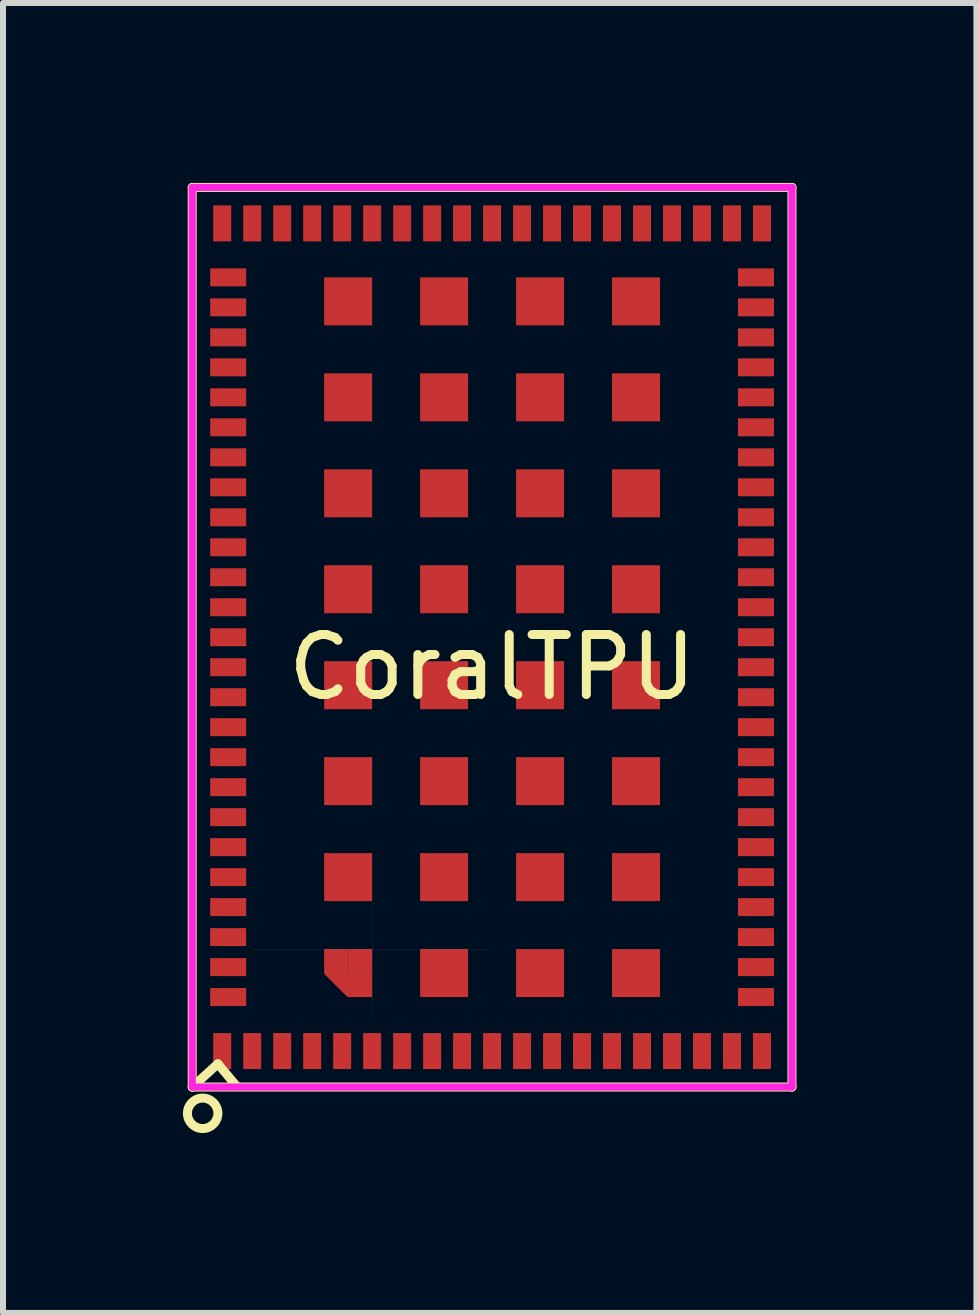
<source format=kicad_pcb>
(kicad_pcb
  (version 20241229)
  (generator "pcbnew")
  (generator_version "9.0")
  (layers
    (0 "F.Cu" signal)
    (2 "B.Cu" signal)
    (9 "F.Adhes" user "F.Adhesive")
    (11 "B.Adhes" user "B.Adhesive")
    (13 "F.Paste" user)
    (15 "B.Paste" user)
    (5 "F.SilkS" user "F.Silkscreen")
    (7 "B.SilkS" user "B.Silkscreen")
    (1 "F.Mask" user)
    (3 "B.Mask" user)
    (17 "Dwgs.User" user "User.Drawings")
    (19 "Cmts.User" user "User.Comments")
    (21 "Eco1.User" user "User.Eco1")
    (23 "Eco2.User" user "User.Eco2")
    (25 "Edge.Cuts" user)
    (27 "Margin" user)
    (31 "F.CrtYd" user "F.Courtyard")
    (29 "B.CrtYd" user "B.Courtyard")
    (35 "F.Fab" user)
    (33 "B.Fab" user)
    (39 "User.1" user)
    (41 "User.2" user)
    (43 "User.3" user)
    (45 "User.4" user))
  (footprint "CoralTPU"
    (layer "F.Cu")
    (at 5.155 7.575)
    (property "Reference" "CoralTPU" (at 0 0.5 0) (layer "F.SilkS") (effects (font (size 1 1) (thickness 0.15))))
    (attr through_hole)
    (fp_line (start -5 -7.5) (end -5 7.5) (stroke (width 0.15) (type solid)) (layer "F.SilkS"))
    (fp_line (start -5 7.5) (end -4.572 7.112) (stroke (width 0.15) (type solid)) (layer "F.SilkS"))
    (fp_line (start -5 7.5) (end 5 7.5) (stroke (width 0.15) (type solid)) (layer "F.SilkS"))
    (fp_line (start -4.572 7.112) (end -4.255 7.493) (stroke (width 0.15) (type solid)) (layer "F.SilkS"))
    (fp_line (start 5 -7.5) (end -5 -7.5) (stroke (width 0.15) (type solid)) (layer "F.SilkS"))
    (fp_line (start 5 7.5) (end 5 -7.5) (stroke (width 0.15) (type solid)) (layer "F.SilkS"))
    (fp_circle (center -4.826 7.938) (end -5.08 7.938) (stroke (width 0.15) (type solid)) (fill no) (layer "F.SilkS"))
    (fp_line (start -4 5.2) (end 0 5.2) (stroke (width 0.001) (type solid)) (layer "Dwgs.User"))
    (fp_line (start -2 4.381) (end -2 6.35) (stroke (width 0.001) (type solid)) (layer "Dwgs.User"))
    (fp_line (start -5 -7.5) (end -5 7.5) (stroke (width 0.12) (type solid)) (layer "F.CrtYd"))
    (fp_line (start -5 7.5) (end 5 7.5) (stroke (width 0.12) (type solid)) (layer "F.CrtYd"))
    (fp_line (start 5 -7.5) (end -5 -7.5) (stroke (width 0.12) (type solid)) (layer "F.CrtYd"))
    (fp_line (start 5 7.5) (end 5 -7.5) (stroke (width 0.12) (type solid)) (layer "F.CrtYd"))
    (pad "1" smd rect (at -4.5 6.9) (size 0.3 0.6) (layers "F.Cu" "F.Mask" "F.Paste"))
    (pad "2" smd rect (at -4 6.9) (size 0.3 0.6) (layers "F.Cu" "F.Mask" "F.Paste"))
    (pad "3" smd rect (at -3.5 6.9) (size 0.3 0.6) (layers "F.Cu" "F.Mask" "F.Paste"))
    (pad "4" smd rect (at -3 6.9) (size 0.3 0.6) (layers "F.Cu" "F.Mask" "F.Paste"))
    (pad "5" smd rect (at -2.5 6.9) (size 0.3 0.6) (layers "F.Cu" "F.Mask" "F.Paste"))
    (pad "6" smd rect (at -2 6.9) (size 0.3 0.6) (layers "F.Cu" "F.Mask" "F.Paste"))
    (pad "7" smd rect (at -1.5 6.9) (size 0.3 0.6) (layers "F.Cu" "F.Mask" "F.Paste"))
    (pad "8" smd rect (at -1 6.9) (size 0.3 0.6) (layers "F.Cu" "F.Mask" "F.Paste"))
    (pad "9" smd rect (at -0.5 6.9) (size 0.3 0.6) (layers "F.Cu" "F.Mask" "F.Paste"))
    (pad "10" smd rect (at 0 6.9) (size 0.3 0.6) (layers "F.Cu" "F.Mask" "F.Paste"))
    (pad "11" smd rect (at 0.5 6.9) (size 0.3 0.6) (layers "F.Cu" "F.Mask" "F.Paste"))
    (pad "12" smd rect (at 1 6.9) (size 0.3 0.6) (layers "F.Cu" "F.Mask" "F.Paste"))
    (pad "13" smd rect (at 1.5 6.9) (size 0.3 0.6) (layers "F.Cu" "F.Mask" "F.Paste"))
    (pad "14" smd rect (at 2 6.9) (size 0.3 0.6) (layers "F.Cu" "F.Mask" "F.Paste"))
    (pad "15" smd rect (at 2.5 6.9) (size 0.3 0.6) (layers "F.Cu" "F.Mask" "F.Paste"))
    (pad "16" smd rect (at 3 6.9) (size 0.3 0.6) (layers "F.Cu" "F.Mask" "F.Paste"))
    (pad "17" smd rect (at 3.5 6.9) (size 0.3 0.6) (layers "F.Cu" "F.Mask" "F.Paste"))
    (pad "18" smd rect (at 4 6.9) (size 0.3 0.6) (layers "F.Cu" "F.Mask" "F.Paste"))
    (pad "19" smd rect (at 4.5 6.9) (size 0.3 0.6) (layers "F.Cu" "F.Mask" "F.Paste"))
    (pad "20" smd rect (at 4.4 6) (size 0.6 0.3) (layers "F.Cu" "F.Mask" "F.Paste"))
    (pad "21" smd rect (at 4.4 5.5) (size 0.6 0.3) (layers "F.Cu" "F.Mask" "F.Paste"))
    (pad "22" smd rect (at 4.4 5) (size 0.6 0.3) (layers "F.Cu" "F.Mask" "F.Paste"))
    (pad "23" smd rect (at 4.4 4.5) (size 0.6 0.3) (layers "F.Cu" "F.Mask" "F.Paste"))
    (pad "24" smd rect (at 4.4 4) (size 0.6 0.3) (layers "F.Cu" "F.Mask" "F.Paste"))
    (pad "25" smd rect (at 4.4 3.5) (size 0.6 0.3) (layers "F.Cu" "F.Mask" "F.Paste"))
    (pad "26" smd rect (at 4.4 3) (size 0.6 0.3) (layers "F.Cu" "F.Mask" "F.Paste"))
    (pad "27" smd rect (at 4.4 2.5) (size 0.6 0.3) (layers "F.Cu" "F.Mask" "F.Paste"))
    (pad "28" smd rect (at 4.4 2) (size 0.6 0.3) (layers "F.Cu" "F.Mask" "F.Paste"))
    (pad "29" smd rect (at 4.4 1.5) (size 0.6 0.3) (layers "F.Cu" "F.Mask" "F.Paste"))
    (pad "30" smd rect (at 4.4 1) (size 0.6 0.3) (layers "F.Cu" "F.Mask" "F.Paste"))
    (pad "31" smd rect (at 4.4 0.5) (size 0.6 0.3) (layers "F.Cu" "F.Mask" "F.Paste"))
    (pad "32" smd rect (at 4.4 0) (size 0.6 0.3) (layers "F.Cu" "F.Mask" "F.Paste"))
    (pad "33" smd rect (at 4.4 -0.5) (size 0.6 0.3) (layers "F.Cu" "F.Mask" "F.Paste"))
    (pad "34" smd rect (at 4.4 -1) (size 0.6 0.3) (layers "F.Cu" "F.Mask" "F.Paste"))
    (pad "35" smd rect (at 4.4 -1.5) (size 0.6 0.3) (layers "F.Cu" "F.Mask" "F.Paste"))
    (pad "36" smd rect (at 4.4 -2) (size 0.6 0.3) (layers "F.Cu" "F.Mask" "F.Paste"))
    (pad "37" smd rect (at 4.4 -2.5) (size 0.6 0.3) (layers "F.Cu" "F.Mask" "F.Paste"))
    (pad "38" smd rect (at 4.4 -3) (size 0.6 0.3) (layers "F.Cu" "F.Mask" "F.Paste"))
    (pad "39" smd rect (at 4.4 -3.5) (size 0.6 0.3) (layers "F.Cu" "F.Mask" "F.Paste"))
    (pad "40" smd rect (at 4.4 -4) (size 0.6 0.3) (layers "F.Cu" "F.Mask" "F.Paste"))
    (pad "41" smd rect (at 4.4 -4.5) (size 0.6 0.3) (layers "F.Cu" "F.Mask" "F.Paste"))
    (pad "42" smd rect (at 4.4 -5) (size 0.6 0.3) (layers "F.Cu" "F.Mask" "F.Paste"))
    (pad "43" smd rect (at 4.4 -5.5) (size 0.6 0.3) (layers "F.Cu" "F.Mask" "F.Paste"))
    (pad "44" smd rect (at 4.4 -6) (size 0.6 0.3) (layers "F.Cu" "F.Mask" "F.Paste"))
    (pad "45" smd rect (at 4.5 -6.9) (size 0.3 0.6) (layers "F.Cu" "F.Mask" "F.Paste"))
    (pad "46" smd rect (at 4 -6.9) (size 0.3 0.6) (layers "F.Cu" "F.Mask" "F.Paste"))
    (pad "47" smd rect (at 3.5 -6.9) (size 0.3 0.6) (layers "F.Cu" "F.Mask" "F.Paste"))
    (pad "48" smd rect (at 3 -6.9) (size 0.3 0.6) (layers "F.Cu" "F.Mask" "F.Paste"))
    (pad "49" smd rect (at 2.5 -6.9) (size 0.3 0.6) (layers "F.Cu" "F.Mask" "F.Paste"))
    (pad "50" smd rect (at 2 -6.9) (size 0.3 0.6) (layers "F.Cu" "F.Mask" "F.Paste"))
    (pad "51" smd rect (at 1.5 -6.9) (size 0.3 0.6) (layers "F.Cu" "F.Mask" "F.Paste"))
    (pad "52" smd rect (at 1 -6.9) (size 0.3 0.6) (layers "F.Cu" "F.Mask" "F.Paste"))
    (pad "53" smd rect (at 0.5 -6.9) (size 0.3 0.6) (layers "F.Cu" "F.Mask" "F.Paste"))
    (pad "54" smd rect (at 0 -6.9) (size 0.3 0.6) (layers "F.Cu" "F.Mask" "F.Paste"))
    (pad "55" smd rect (at -0.5 -6.9) (size 0.3 0.6) (layers "F.Cu" "F.Mask" "F.Paste"))
    (pad "56" smd rect (at -1 -6.9) (size 0.3 0.6) (layers "F.Cu" "F.Mask" "F.Paste"))
    (pad "57" smd rect (at -1.5 -6.9) (size 0.3 0.6) (layers "F.Cu" "F.Mask" "F.Paste"))
    (pad "58" smd rect (at -2 -6.9) (size 0.3 0.6) (layers "F.Cu" "F.Mask" "F.Paste"))
    (pad "59" smd rect (at -2.5 -6.9) (size 0.3 0.6) (layers "F.Cu" "F.Mask" "F.Paste"))
    (pad "60" smd rect (at -3 -6.9) (size 0.3 0.6) (layers "F.Cu" "F.Mask" "F.Paste"))
    (pad "61" smd rect (at -3.5 -6.9) (size 0.3 0.6) (layers "F.Cu" "F.Mask" "F.Paste"))
    (pad "62" smd rect (at -4 -6.9) (size 0.3 0.6) (layers "F.Cu" "F.Mask" "F.Paste"))
    (pad "63" smd rect (at -4.5 -6.9) (size 0.3 0.6) (layers "F.Cu" "F.Mask" "F.Paste"))
    (pad "64" smd rect (at -4.4 -6) (size 0.6 0.3) (layers "F.Cu" "F.Mask" "F.Paste"))
    (pad "65" smd rect (at -4.4 -5.5) (size 0.6 0.3) (layers "F.Cu" "F.Mask" "F.Paste"))
    (pad "66" smd rect (at -4.4 -5) (size 0.6 0.3) (layers "F.Cu" "F.Mask" "F.Paste"))
    (pad "67" smd rect (at -4.4 -4.5) (size 0.6 0.3) (layers "F.Cu" "F.Mask" "F.Paste"))
    (pad "68" smd rect (at -4.4 -4) (size 0.6 0.3) (layers "F.Cu" "F.Mask" "F.Paste"))
    (pad "69" smd rect (at -4.4 -3.5) (size 0.6 0.3) (layers "F.Cu" "F.Mask" "F.Paste"))
    (pad "70" smd rect (at -4.4 -3) (size 0.6 0.3) (layers "F.Cu" "F.Mask" "F.Paste"))
    (pad "71" smd rect (at -4.4 -2.5) (size 0.6 0.3) (layers "F.Cu" "F.Mask" "F.Paste"))
    (pad "72" smd rect (at -4.4 -2) (size 0.6 0.3) (layers "F.Cu" "F.Mask" "F.Paste"))
    (pad "73" smd rect (at -4.4 -1.5) (size 0.6 0.3) (layers "F.Cu" "F.Mask" "F.Paste"))
    (pad "74" smd rect (at -4.4 -1) (size 0.6 0.3) (layers "F.Cu" "F.Mask" "F.Paste"))
    (pad "75" smd rect (at -4.4 -0.5) (size 0.6 0.3) (layers "F.Cu" "F.Mask" "F.Paste"))
    (pad "76" smd rect (at -4.4 0) (size 0.6 0.3) (layers "F.Cu" "F.Mask" "F.Paste"))
    (pad "77" smd rect (at -4.4 0.5) (size 0.6 0.3) (layers "F.Cu" "F.Mask" "F.Paste"))
    (pad "78" smd rect (at -4.4 1) (size 0.6 0.3) (layers "F.Cu" "F.Mask" "F.Paste"))
    (pad "79" smd rect (at -4.4 1.5) (size 0.6 0.3) (layers "F.Cu" "F.Mask" "F.Paste"))
    (pad "80" smd rect (at -4.4 2) (size 0.6 0.3) (layers "F.Cu" "F.Mask" "F.Paste"))
    (pad "81" smd rect (at -4.4 2.5) (size 0.6 0.3) (layers "F.Cu" "F.Mask" "F.Paste"))
    (pad "82" smd rect (at -4.4 3) (size 0.6 0.3) (layers "F.Cu" "F.Mask" "F.Paste"))
    (pad "83" smd rect (at -4.4 3.5) (size 0.6 0.3) (layers "F.Cu" "F.Mask" "F.Paste"))
    (pad "84" smd rect (at -4.4 4) (size 0.6 0.3) (layers "F.Cu" "F.Mask" "F.Paste"))
    (pad "85" smd rect (at -4.4 4.5) (size 0.6 0.3) (layers "F.Cu" "F.Mask" "F.Paste"))
    (pad "86" smd rect (at -4.4 5) (size 0.6 0.3) (layers "F.Cu" "F.Mask" "F.Paste"))
    (pad "87" smd rect (at -4.4 5.5) (size 0.6 0.3) (layers "F.Cu" "F.Mask" "F.Paste"))
    (pad "88" smd rect (at -4.4 6) (size 0.6 0.3) (layers "F.Cu" "F.Mask" "F.Paste"))
    (pad "89" smd rect (at -2.4 -5.6) (size 0.8 0.8) (layers "F.Cu" "F.Mask" "F.Paste"))
    (pad "90" smd rect (at -0.8 -5.6) (size 0.8 0.8) (layers "F.Cu" "F.Mask" "F.Paste"))
    (pad "91" smd rect (at 0.8 -5.6) (size 0.8 0.8) (layers "F.Cu" "F.Mask" "F.Paste"))
    (pad "92" smd rect (at 2.4 -5.6) (size 0.8 0.8) (layers "F.Cu" "F.Mask" "F.Paste"))
    (pad "93" smd rect (at -2.4 -4) (size 0.8 0.8) (layers "F.Cu" "F.Mask" "F.Paste"))
    (pad "94" smd rect (at -0.8 -4) (size 0.8 0.8) (layers "F.Cu" "F.Mask" "F.Paste"))
    (pad "95" smd rect (at 0.8 -4) (size 0.8 0.8) (layers "F.Cu" "F.Mask" "F.Paste"))
    (pad "96" smd rect (at 2.4 -4) (size 0.8 0.8) (layers "F.Cu" "F.Mask" "F.Paste"))
    (pad "97" smd rect (at -2.4 -2.4) (size 0.8 0.8) (layers "F.Cu" "F.Mask" "F.Paste"))
    (pad "98" smd rect (at -0.8 -2.4) (size 0.8 0.8) (layers "F.Cu" "F.Mask" "F.Paste"))
    (pad "99" smd rect (at 0.8 -2.4) (size 0.8 0.8) (layers "F.Cu" "F.Mask" "F.Paste"))
    (pad "100" smd rect (at 2.4 -2.4) (size 0.8 0.8) (layers "F.Cu" "F.Mask" "F.Paste"))
    (pad "101" smd rect (at -2.4 -0.8) (size 0.8 0.8) (layers "F.Cu" "F.Mask" "F.Paste"))
    (pad "102" smd rect (at -0.8 -0.8) (size 0.8 0.8) (layers "F.Cu" "F.Mask" "F.Paste"))
    (pad "103" smd rect (at 0.8 -0.8) (size 0.8 0.8) (layers "F.Cu" "F.Mask" "F.Paste"))
    (pad "104" smd rect (at 2.4 -0.8) (size 0.8 0.8) (layers "F.Cu" "F.Mask" "F.Paste"))
    (pad "105" smd rect (at -2.4 0.8) (size 0.8 0.8) (layers "F.Cu" "F.Mask" "F.Paste"))
    (pad "106" smd rect (at -0.8 0.8) (size 0.8 0.8) (layers "F.Cu" "F.Mask" "F.Paste"))
    (pad "107" smd rect (at 0.8 0.8) (size 0.8 0.8) (layers "F.Cu" "F.Mask" "F.Paste"))
    (pad "108" smd rect (at 2.4 0.8) (size 0.8 0.8) (layers "F.Cu" "F.Mask" "F.Paste"))
    (pad "109" smd rect (at -2.4 2.4) (size 0.8 0.8) (layers "F.Cu" "F.Mask" "F.Paste"))
    (pad "110" smd rect (at -0.8 2.4) (size 0.8 0.8) (layers "F.Cu" "F.Mask" "F.Paste"))
    (pad "111" smd rect (at 0.8 2.4) (size 0.8 0.8) (layers "F.Cu" "F.Mask" "F.Paste"))
    (pad "112" smd rect (at 2.4 2.4) (size 0.8 0.8) (layers "F.Cu" "F.Mask" "F.Paste"))
    (pad "113" smd rect (at -2.4 4) (size 0.8 0.8) (layers "F.Cu" "F.Mask" "F.Paste"))
    (pad "114" smd rect (at -0.8 4) (size 0.8 0.8) (layers "F.Cu" "F.Mask" "F.Paste"))
    (pad "115" smd rect (at 0.8 4) (size 0.8 0.8) (layers "F.Cu" "F.Mask" "F.Paste"))
    (pad "116" smd rect (at 2.4 4) (size 0.8 0.8) (layers "F.Cu" "F.Mask" "F.Paste"))
    (pad "117" smd rect (at -2.6 5.4) (size 0.4 0.4) (layers "F.Cu" "F.Mask" "F.Paste"))
    (pad "117" smd rect (at -2.5 5.7 45) (size 0.3 0.55) (layers "F.Cu" "F.Mask" "F.Paste"))
    (pad "117" smd rect (at -2.2 5.4) (size 0.4 0.4) (layers "F.Cu" "F.Mask" "F.Paste"))
    (pad "117" smd rect (at -2.2 5.8) (size 0.4 0.4) (layers "F.Cu" "F.Mask" "F.Paste"))
    (pad "118" smd rect (at -0.8 5.6) (size 0.8 0.8) (layers "F.Cu" "F.Mask" "F.Paste"))
    (pad "119" smd rect (at 0.8 5.6) (size 0.8 0.8) (layers "F.Cu" "F.Mask" "F.Paste"))
    (pad "120" smd rect (at 2.4 5.6) (size 0.8 0.8) (layers "F.Cu" "F.Mask" "F.Paste")))
  (gr_rect
    (start -3 -3)
    (end 13.23 18.841)
    (stroke (width 0.1) (type default))
    (fill no)
    (layer "Edge.Cuts")))
</source>
